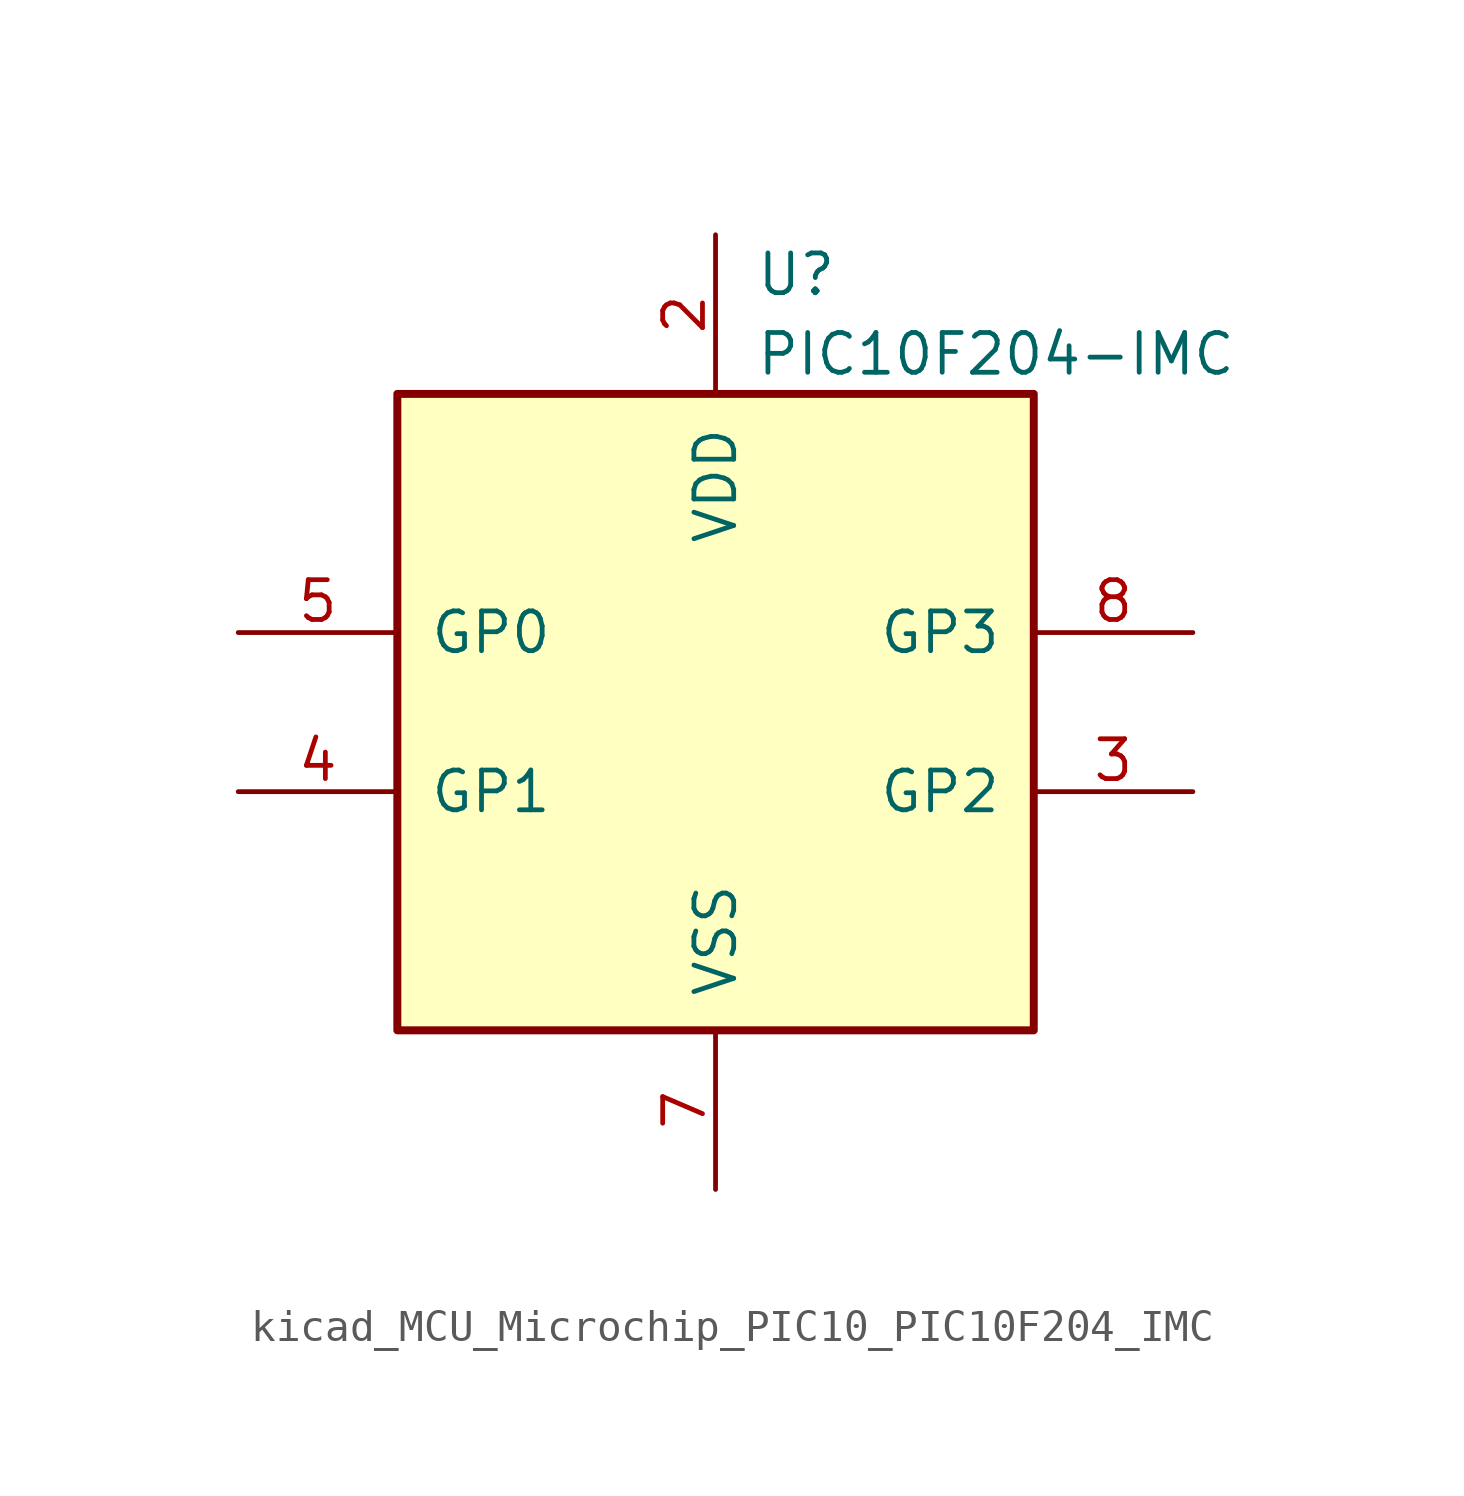
<source format=kicad_sym>
(kicad_symbol_lib
  (version 20220914)
  (generator kicad_symbol_editor)
  (symbol "kicad_MCU_Microchip_PIC10_PIC10F204_IMC"
    (pin_names
      (offset 1.016))
    (property "Reference" "U"
      (at 1.27 13.97 0)
      (effects (font (size 1.27 1.27)) (justify left)))
    (property "Value" "PIC10F204-IMC"
      (at 1.27 11.43 0)
      (effects (font (size 1.27 1.27)) (justify left)))
    (symbol "kicad_MCU_Microchip_PIC10_PIC10F204_IMC_0_1"
      (rectangle (start -10.16 10.16) (end 10.16 -10.16) (stroke (width 0.254) (type default)) (fill (type background))))
    (symbol "kicad_MCU_Microchip_PIC10_PIC10F204_IMC_1_1"
      (pin power_in line (at 0 15.24 270) (length 5.08) (name "VDD" (effects (font (size 1.27 1.27)))) (number "2" (effects (font (size 1.27 1.27)))))
      (pin bidirectional line (at 15.24 -2.54 180) (length 5.08) (name "GP2" (effects (font (size 1.27 1.27)))) (number "3" (effects (font (size 1.27 1.27)))))
      (pin bidirectional line (at -15.24 -2.54 0) (length 5.08) (name "GP1" (effects (font (size 1.27 1.27)))) (number "4" (effects (font (size 1.27 1.27)))))
      (pin bidirectional line (at -15.24 2.54 0) (length 5.08) (name "GP0" (effects (font (size 1.27 1.27)))) (number "5" (effects (font (size 1.27 1.27)))))
      (pin power_in line (at 0 -15.24 90) (length 5.08) (name "VSS" (effects (font (size 1.27 1.27)))) (number "7" (effects (font (size 1.27 1.27)))))
      (pin input line (at 15.24 2.54 180) (length 5.08) (name "GP3" (effects (font (size 1.27 1.27)))) (number "8" (effects (font (size 1.27 1.27))))))))
</source>
